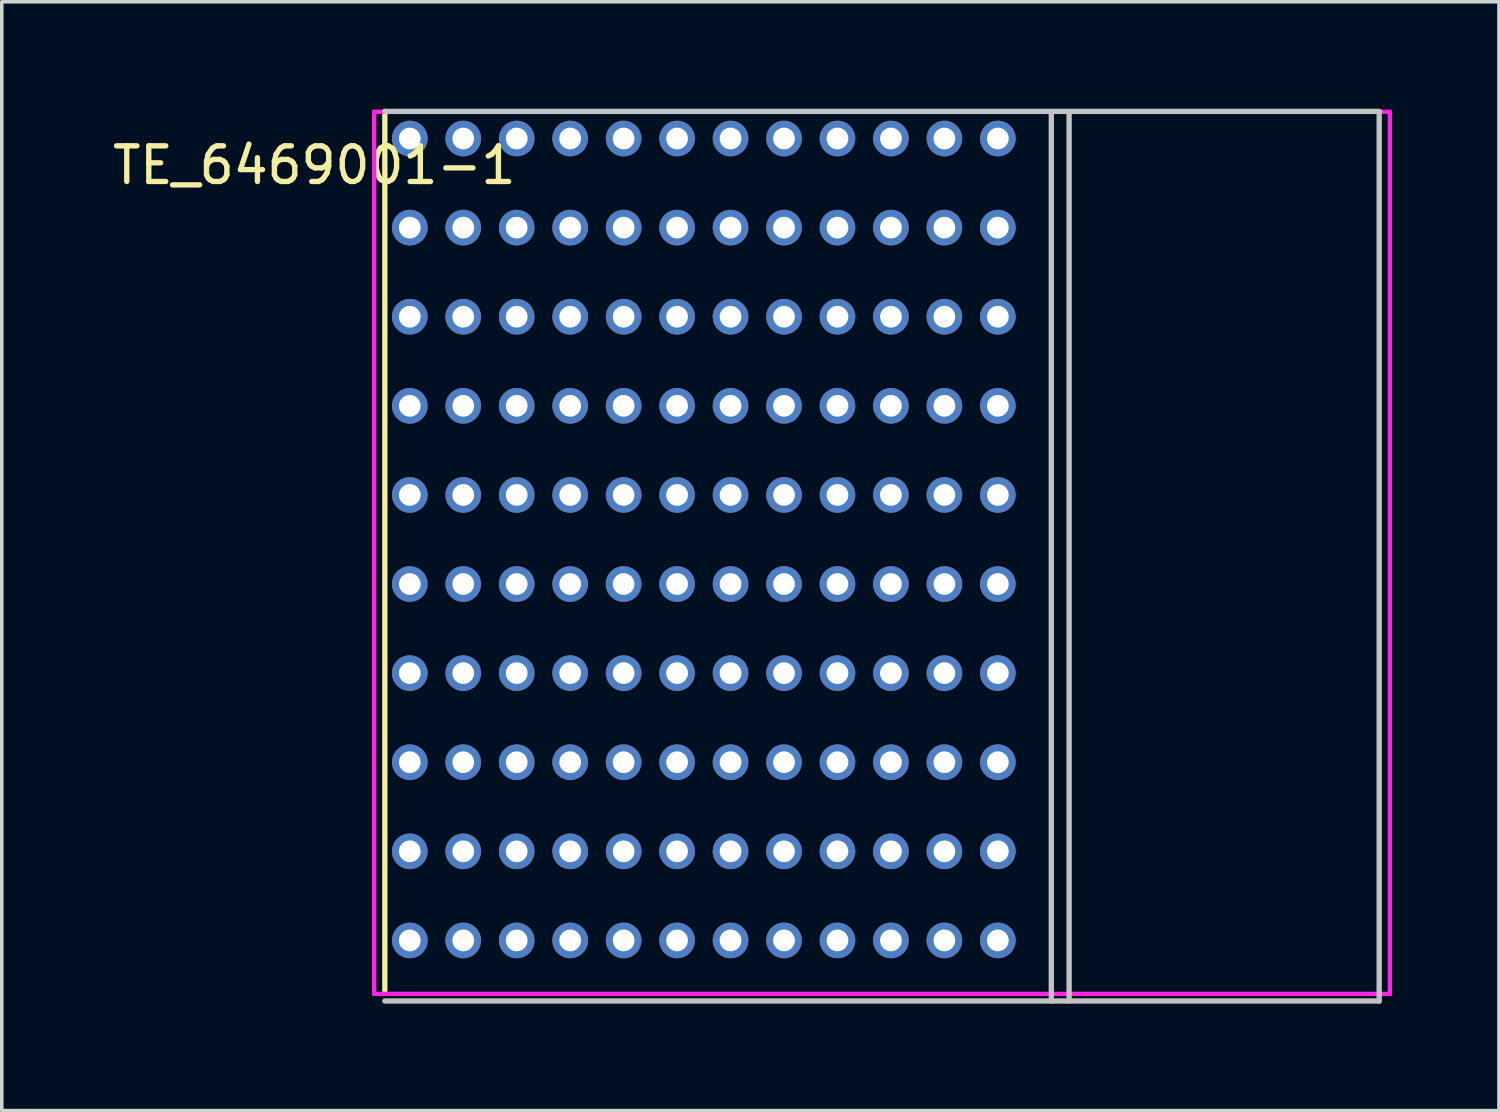
<source format=kicad_pcb>
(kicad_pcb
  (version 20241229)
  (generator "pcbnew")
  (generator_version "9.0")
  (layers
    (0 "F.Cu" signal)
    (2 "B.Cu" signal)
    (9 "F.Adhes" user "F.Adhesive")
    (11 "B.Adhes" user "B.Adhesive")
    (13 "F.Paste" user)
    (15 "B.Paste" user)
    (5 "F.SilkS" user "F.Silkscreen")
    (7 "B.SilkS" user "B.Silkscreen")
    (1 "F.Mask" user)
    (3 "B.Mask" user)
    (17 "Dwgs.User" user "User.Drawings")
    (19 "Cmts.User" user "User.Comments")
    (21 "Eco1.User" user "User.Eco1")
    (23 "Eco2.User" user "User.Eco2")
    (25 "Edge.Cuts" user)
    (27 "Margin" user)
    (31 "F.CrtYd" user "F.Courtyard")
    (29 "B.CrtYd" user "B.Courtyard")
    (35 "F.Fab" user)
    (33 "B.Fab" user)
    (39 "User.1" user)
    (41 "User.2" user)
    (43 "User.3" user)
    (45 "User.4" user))
  (footprint "TE_6469001-1"
    (layer "F.Cu")
    (at 24.948 0.837)
    (property "Reference" "TE_6469001-1" (at -19.18 0.75 0) (layer "F.SilkS") (effects (font (size 1 1) (thickness 0.15))))
    (attr through_hole)
    (fp_line (start -17.2 -0.762) (end 1 -0.75) (stroke (width 0.12) (type solid)) (layer "F.SilkS"))
    (fp_line (start -17.2 23.9) (end -17.2 -0.762) (stroke (width 0.15) (type solid)) (layer "F.SilkS"))
    (fp_line (start -17.2 -0.762) (end 10.7 -0.762) (stroke (width 0.15) (type solid)) (layer "Dwgs.User"))
    (fp_line (start -17.2 24.2) (end 10.7 24.2) (stroke (width 0.15) (type solid)) (layer "Dwgs.User"))
    (fp_line (start 1.5 24.2) (end 1.5 -0.75) (stroke (width 0.15) (type solid)) (layer "Dwgs.User"))
    (fp_line (start 2 24.2) (end 2 -0.75) (stroke (width 0.15) (type solid)) (layer "Dwgs.User"))
    (fp_line (start 10.7 24.2) (end 10.7 -0.75) (stroke (width 0.15) (type solid)) (layer "Dwgs.User"))
    (fp_line (start -17.5 -0.75) (end 11 -0.75) (stroke (width 0.12) (type solid)) (layer "F.CrtYd"))
    (fp_line (start -17.5 24) (end -17.5 -0.75) (stroke (width 0.12) (type solid)) (layer "F.CrtYd"))
    (fp_line (start 11 -0.75) (end 11 24) (stroke (width 0.12) (type solid)) (layer "F.CrtYd"))
    (fp_line (start 11 24) (end -17.5 24) (stroke (width 0.12) (type solid)) (layer "F.CrtYd"))
    (pad "1A" thru_hole circle (at 0 0) (size 1 1) (drill 0.61) (layers "*.Cu" "*.Mask"))
    (pad "1B" thru_hole circle (at -1.5 0) (size 1 1) (drill 0.61) (layers "*.Cu" "*.Mask"))
    (pad "1BG" thru_hole circle (at -3 0) (size 1 1) (drill 0.61) (layers "*.Cu" "*.Mask"))
    (pad "1C" thru_hole circle (at -4.5 0) (size 1 1) (drill 0.61) (layers "*.Cu" "*.Mask"))
    (pad "1D" thru_hole circle (at -6 0) (size 1 1) (drill 0.61) (layers "*.Cu" "*.Mask"))
    (pad "1DG" thru_hole circle (at -7.5 0) (size 1 1) (drill 0.61) (layers "*.Cu" "*.Mask"))
    (pad "1E" thru_hole circle (at -9 0) (size 1 1) (drill 0.61) (layers "*.Cu" "*.Mask"))
    (pad "1F" thru_hole circle (at -10.5 0) (size 1 1) (drill 0.61) (layers "*.Cu" "*.Mask"))
    (pad "1FG" thru_hole circle (at -12 0) (size 1 1) (drill 0.61) (layers "*.Cu" "*.Mask"))
    (pad "1G" thru_hole circle (at -13.5 0) (size 1 1) (drill 0.61) (layers "*.Cu" "*.Mask"))
    (pad "1H" thru_hole circle (at -15 0) (size 1 1) (drill 0.61) (layers "*.Cu" "*.Mask"))
    (pad "1HG" thru_hole circle (at -16.5 0) (size 1 1) (drill 0.61) (layers "*.Cu" "*.Mask"))
    (pad "2A" thru_hole circle (at 0 2.5) (size 1 1) (drill 0.61) (layers "*.Cu" "*.Mask"))
    (pad "2B" thru_hole circle (at -1.5 2.5) (size 1 1) (drill 0.61) (layers "*.Cu" "*.Mask"))
    (pad "2BG" thru_hole circle (at -3 2.5) (size 1 1) (drill 0.61) (layers "*.Cu" "*.Mask"))
    (pad "2C" thru_hole circle (at -4.5 2.5) (size 1 1) (drill 0.61) (layers "*.Cu" "*.Mask"))
    (pad "2D" thru_hole circle (at -6 2.5) (size 1 1) (drill 0.61) (layers "*.Cu" "*.Mask"))
    (pad "2DG" thru_hole circle (at -7.5 2.5) (size 1 1) (drill 0.61) (layers "*.Cu" "*.Mask"))
    (pad "2E" thru_hole circle (at -9 2.5) (size 1 1) (drill 0.61) (layers "*.Cu" "*.Mask"))
    (pad "2F" thru_hole circle (at -10.5 2.5) (size 1 1) (drill 0.61) (layers "*.Cu" "*.Mask"))
    (pad "2FG" thru_hole circle (at -12 2.5) (size 1 1) (drill 0.61) (layers "*.Cu" "*.Mask"))
    (pad "2G" thru_hole circle (at -13.5 2.5) (size 1 1) (drill 0.61) (layers "*.Cu" "*.Mask"))
    (pad "2H" thru_hole circle (at -15 2.5) (size 1 1) (drill 0.61) (layers "*.Cu" "*.Mask"))
    (pad "2HG" thru_hole circle (at -16.5 2.5) (size 1 1) (drill 0.61) (layers "*.Cu" "*.Mask"))
    (pad "3A" thru_hole circle (at 0 5) (size 1 1) (drill 0.61) (layers "*.Cu" "*.Mask"))
    (pad "3B" thru_hole circle (at -1.5 5) (size 1 1) (drill 0.61) (layers "*.Cu" "*.Mask"))
    (pad "3BG" thru_hole circle (at -3 5) (size 1 1) (drill 0.61) (layers "*.Cu" "*.Mask"))
    (pad "3C" thru_hole circle (at -4.5 5) (size 1 1) (drill 0.61) (layers "*.Cu" "*.Mask"))
    (pad "3D" thru_hole circle (at -6 5) (size 1 1) (drill 0.61) (layers "*.Cu" "*.Mask"))
    (pad "3DG" thru_hole circle (at -7.5 5) (size 1 1) (drill 0.61) (layers "*.Cu" "*.Mask"))
    (pad "3E" thru_hole circle (at -9 5) (size 1 1) (drill 0.61) (layers "*.Cu" "*.Mask"))
    (pad "3F" thru_hole circle (at -10.5 5) (size 1 1) (drill 0.61) (layers "*.Cu" "*.Mask"))
    (pad "3FG" thru_hole circle (at -12 5) (size 1 1) (drill 0.61) (layers "*.Cu" "*.Mask"))
    (pad "3G" thru_hole circle (at -13.5 5) (size 1 1) (drill 0.61) (layers "*.Cu" "*.Mask"))
    (pad "3H" thru_hole circle (at -15 5) (size 1 1) (drill 0.61) (layers "*.Cu" "*.Mask"))
    (pad "3HG" thru_hole circle (at -16.5 5) (size 1 1) (drill 0.61) (layers "*.Cu" "*.Mask"))
    (pad "4A" thru_hole circle (at 0 7.5) (size 1 1) (drill 0.61) (layers "*.Cu" "*.Mask"))
    (pad "4B" thru_hole circle (at -1.5 7.5) (size 1 1) (drill 0.61) (layers "*.Cu" "*.Mask"))
    (pad "4BG" thru_hole circle (at -3 7.5) (size 1 1) (drill 0.61) (layers "*.Cu" "*.Mask"))
    (pad "4C" thru_hole circle (at -4.5 7.5) (size 1 1) (drill 0.61) (layers "*.Cu" "*.Mask"))
    (pad "4D" thru_hole circle (at -6 7.5) (size 1 1) (drill 0.61) (layers "*.Cu" "*.Mask"))
    (pad "4DG" thru_hole circle (at -7.5 7.5) (size 1 1) (drill 0.61) (layers "*.Cu" "*.Mask"))
    (pad "4E" thru_hole circle (at -9 7.5) (size 1 1) (drill 0.61) (layers "*.Cu" "*.Mask"))
    (pad "4F" thru_hole circle (at -10.5 7.5) (size 1 1) (drill 0.61) (layers "*.Cu" "*.Mask"))
    (pad "4FG" thru_hole circle (at -12 7.5) (size 1 1) (drill 0.61) (layers "*.Cu" "*.Mask"))
    (pad "4G" thru_hole circle (at -13.5 7.5) (size 1 1) (drill 0.61) (layers "*.Cu" "*.Mask"))
    (pad "4H" thru_hole circle (at -15 7.5) (size 1 1) (drill 0.61) (layers "*.Cu" "*.Mask"))
    (pad "4HG" thru_hole circle (at -16.5 7.5) (size 1 1) (drill 0.61) (layers "*.Cu" "*.Mask"))
    (pad "5A" thru_hole circle (at 0 10) (size 1 1) (drill 0.61) (layers "*.Cu" "*.Mask"))
    (pad "5B" thru_hole circle (at -1.5 10) (size 1 1) (drill 0.61) (layers "*.Cu" "*.Mask"))
    (pad "5BG" thru_hole circle (at -3 10) (size 1 1) (drill 0.61) (layers "*.Cu" "*.Mask"))
    (pad "5C" thru_hole circle (at -4.5 10) (size 1 1) (drill 0.61) (layers "*.Cu" "*.Mask"))
    (pad "5D" thru_hole circle (at -6 10) (size 1 1) (drill 0.61) (layers "*.Cu" "*.Mask"))
    (pad "5DG" thru_hole circle (at -7.5 10) (size 1 1) (drill 0.61) (layers "*.Cu" "*.Mask"))
    (pad "5E" thru_hole circle (at -9 10) (size 1 1) (drill 0.61) (layers "*.Cu" "*.Mask"))
    (pad "5F" thru_hole circle (at -10.5 10) (size 1 1) (drill 0.61) (layers "*.Cu" "*.Mask"))
    (pad "5FG" thru_hole circle (at -12 10) (size 1 1) (drill 0.61) (layers "*.Cu" "*.Mask"))
    (pad "5G" thru_hole circle (at -13.5 10) (size 1 1) (drill 0.61) (layers "*.Cu" "*.Mask"))
    (pad "5H" thru_hole circle (at -15 10) (size 1 1) (drill 0.61) (layers "*.Cu" "*.Mask"))
    (pad "5HG" thru_hole circle (at -16.5 10) (size 1 1) (drill 0.61) (layers "*.Cu" "*.Mask"))
    (pad "6A" thru_hole circle (at 0 12.5) (size 1 1) (drill 0.61) (layers "*.Cu" "*.Mask"))
    (pad "6B" thru_hole circle (at -1.5 12.5) (size 1 1) (drill 0.61) (layers "*.Cu" "*.Mask"))
    (pad "6BG" thru_hole circle (at -3 12.5) (size 1 1) (drill 0.61) (layers "*.Cu" "*.Mask"))
    (pad "6C" thru_hole circle (at -4.5 12.5) (size 1 1) (drill 0.61) (layers "*.Cu" "*.Mask"))
    (pad "6D" thru_hole circle (at -6 12.5) (size 1 1) (drill 0.61) (layers "*.Cu" "*.Mask"))
    (pad "6DG" thru_hole circle (at -7.5 12.5) (size 1 1) (drill 0.61) (layers "*.Cu" "*.Mask"))
    (pad "6E" thru_hole circle (at -9 12.5) (size 1 1) (drill 0.61) (layers "*.Cu" "*.Mask"))
    (pad "6F" thru_hole circle (at -10.5 12.5) (size 1 1) (drill 0.61) (layers "*.Cu" "*.Mask"))
    (pad "6FG" thru_hole circle (at -12 12.5) (size 1 1) (drill 0.61) (layers "*.Cu" "*.Mask"))
    (pad "6G" thru_hole circle (at -13.5 12.5) (size 1 1) (drill 0.61) (layers "*.Cu" "*.Mask"))
    (pad "6H" thru_hole circle (at -15 12.5) (size 1 1) (drill 0.61) (layers "*.Cu" "*.Mask"))
    (pad "6HG" thru_hole circle (at -16.5 12.5) (size 1 1) (drill 0.61) (layers "*.Cu" "*.Mask"))
    (pad "7A" thru_hole circle (at 0 15) (size 1 1) (drill 0.61) (layers "*.Cu" "*.Mask"))
    (pad "7B" thru_hole circle (at -1.5 15) (size 1 1) (drill 0.61) (layers "*.Cu" "*.Mask"))
    (pad "7BG" thru_hole circle (at -3 15) (size 1 1) (drill 0.61) (layers "*.Cu" "*.Mask"))
    (pad "7C" thru_hole circle (at -4.5 15) (size 1 1) (drill 0.61) (layers "*.Cu" "*.Mask"))
    (pad "7D" thru_hole circle (at -6 15) (size 1 1) (drill 0.61) (layers "*.Cu" "*.Mask"))
    (pad "7DG" thru_hole circle (at -7.5 15) (size 1 1) (drill 0.61) (layers "*.Cu" "*.Mask"))
    (pad "7E" thru_hole circle (at -9 15) (size 1 1) (drill 0.61) (layers "*.Cu" "*.Mask"))
    (pad "7F" thru_hole circle (at -10.5 15) (size 1 1) (drill 0.61) (layers "*.Cu" "*.Mask"))
    (pad "7FG" thru_hole circle (at -12 15) (size 1 1) (drill 0.61) (layers "*.Cu" "*.Mask"))
    (pad "7G" thru_hole circle (at -13.5 15) (size 1 1) (drill 0.61) (layers "*.Cu" "*.Mask"))
    (pad "7H" thru_hole circle (at -15 15) (size 1 1) (drill 0.61) (layers "*.Cu" "*.Mask"))
    (pad "7HG" thru_hole circle (at -16.5 15) (size 1 1) (drill 0.61) (layers "*.Cu" "*.Mask"))
    (pad "8A" thru_hole circle (at 0 17.5) (size 1 1) (drill 0.61) (layers "*.Cu" "*.Mask"))
    (pad "8B" thru_hole circle (at -1.5 17.5) (size 1 1) (drill 0.61) (layers "*.Cu" "*.Mask"))
    (pad "8BG" thru_hole circle (at -3 17.5) (size 1 1) (drill 0.61) (layers "*.Cu" "*.Mask"))
    (pad "8C" thru_hole circle (at -4.5 17.5) (size 1 1) (drill 0.61) (layers "*.Cu" "*.Mask"))
    (pad "8D" thru_hole circle (at -6 17.5) (size 1 1) (drill 0.61) (layers "*.Cu" "*.Mask"))
    (pad "8DG" thru_hole circle (at -7.5 17.5) (size 1 1) (drill 0.61) (layers "*.Cu" "*.Mask"))
    (pad "8E" thru_hole circle (at -9 17.5) (size 1 1) (drill 0.61) (layers "*.Cu" "*.Mask"))
    (pad "8F" thru_hole circle (at -10.5 17.5) (size 1 1) (drill 0.61) (layers "*.Cu" "*.Mask"))
    (pad "8FG" thru_hole circle (at -12 17.5) (size 1 1) (drill 0.61) (layers "*.Cu" "*.Mask"))
    (pad "8G" thru_hole circle (at -13.5 17.5) (size 1 1) (drill 0.61) (layers "*.Cu" "*.Mask"))
    (pad "8H" thru_hole circle (at -15 17.5) (size 1 1) (drill 0.61) (layers "*.Cu" "*.Mask"))
    (pad "8HG" thru_hole circle (at -16.5 17.5) (size 1 1) (drill 0.61) (layers "*.Cu" "*.Mask"))
    (pad "9A" thru_hole circle (at 0 20) (size 1 1) (drill 0.61) (layers "*.Cu" "*.Mask"))
    (pad "9B" thru_hole circle (at -1.5 20) (size 1 1) (drill 0.61) (layers "*.Cu" "*.Mask"))
    (pad "9BG" thru_hole circle (at -3 20) (size 1 1) (drill 0.61) (layers "*.Cu" "*.Mask"))
    (pad "9C" thru_hole circle (at -4.5 20) (size 1 1) (drill 0.61) (layers "*.Cu" "*.Mask"))
    (pad "9D" thru_hole circle (at -6 20) (size 1 1) (drill 0.61) (layers "*.Cu" "*.Mask"))
    (pad "9DG" thru_hole circle (at -7.5 20) (size 1 1) (drill 0.61) (layers "*.Cu" "*.Mask"))
    (pad "9E" thru_hole circle (at -9 20) (size 1 1) (drill 0.61) (layers "*.Cu" "*.Mask"))
    (pad "9F" thru_hole circle (at -10.5 20) (size 1 1) (drill 0.61) (layers "*.Cu" "*.Mask"))
    (pad "9FG" thru_hole circle (at -12 20) (size 1 1) (drill 0.61) (layers "*.Cu" "*.Mask"))
    (pad "9G" thru_hole circle (at -13.5 20) (size 1 1) (drill 0.61) (layers "*.Cu" "*.Mask"))
    (pad "9H" thru_hole circle (at -15 20) (size 1 1) (drill 0.61) (layers "*.Cu" "*.Mask"))
    (pad "9HG" thru_hole circle (at -16.5 20) (size 1 1) (drill 0.61) (layers "*.Cu" "*.Mask"))
    (pad "10A" thru_hole circle (at 0 22.5) (size 1 1) (drill 0.61) (layers "*.Cu" "*.Mask"))
    (pad "10B" thru_hole circle (at -1.5 22.5) (size 1 1) (drill 0.61) (layers "*.Cu" "*.Mask"))
    (pad "10BG" thru_hole circle (at -3 22.5) (size 1 1) (drill 0.61) (layers "*.Cu" "*.Mask"))
    (pad "10C" thru_hole circle (at -4.5 22.5) (size 1 1) (drill 0.61) (layers "*.Cu" "*.Mask"))
    (pad "10D" thru_hole circle (at -6 22.5) (size 1 1) (drill 0.61) (layers "*.Cu" "*.Mask"))
    (pad "10DG" thru_hole circle (at -7.5 22.5) (size 1 1) (drill 0.61) (layers "*.Cu" "*.Mask"))
    (pad "10E" thru_hole circle (at -9 22.5) (size 1 1) (drill 0.61) (layers "*.Cu" "*.Mask"))
    (pad "10F" thru_hole circle (at -10.5 22.5) (size 1 1) (drill 0.61) (layers "*.Cu" "*.Mask"))
    (pad "10FG" thru_hole circle (at -12 22.5) (size 1 1) (drill 0.61) (layers "*.Cu" "*.Mask"))
    (pad "10G" thru_hole circle (at -13.5 22.5) (size 1 1) (drill 0.61) (layers "*.Cu" "*.Mask"))
    (pad "10H" thru_hole circle (at -15 22.5) (size 1 1) (drill 0.61) (layers "*.Cu" "*.Mask"))
    (pad "10HG" thru_hole circle (at -16.5 22.5) (size 1 1) (drill 0.61) (layers "*.Cu" "*.Mask")))
  (gr_rect
    (start -3 -3)
    (end 39.008 28.112)
    (stroke (width 0.1) (type default))
    (fill no)
    (layer "Edge.Cuts")))
</source>
